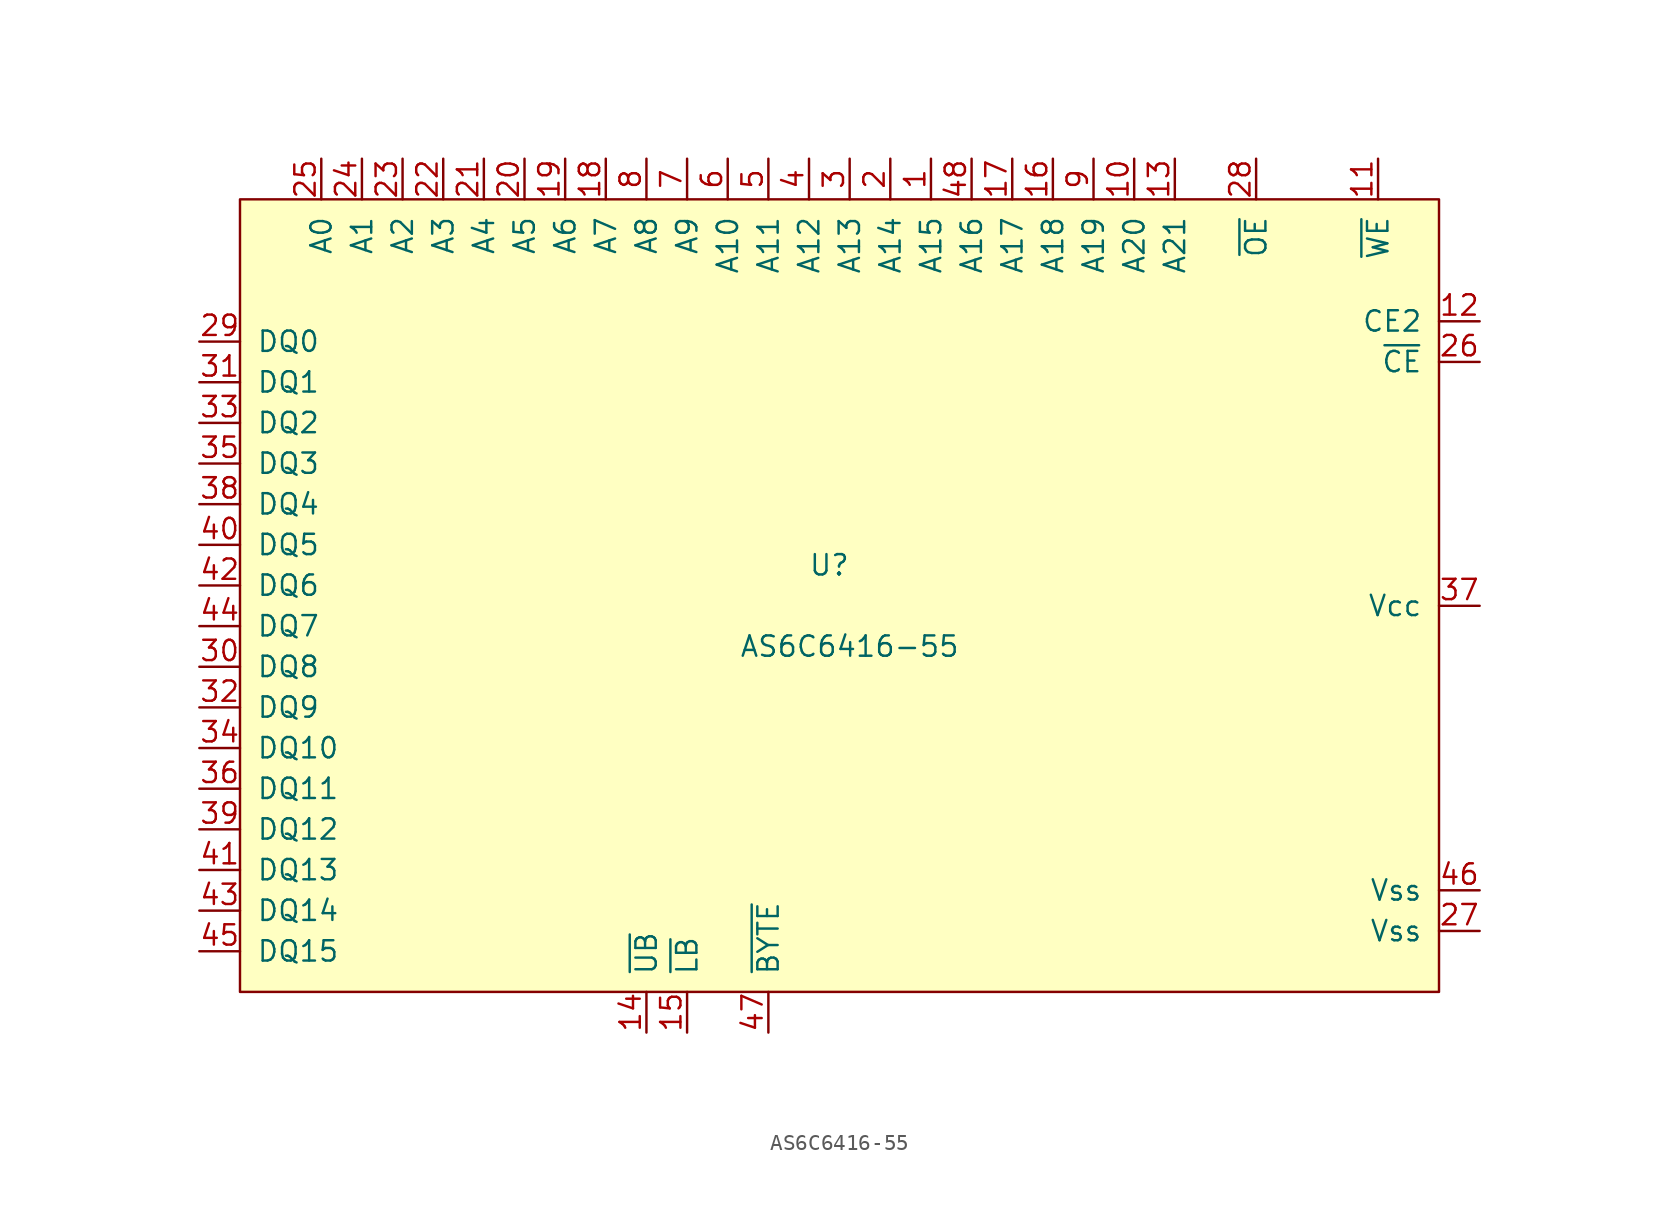
<source format=kicad_sym>
(kicad_symbol_lib
  (version 20231120)
  (generator "kicad_symbol_editor")
  (generator_version "8.0")
  (symbol "AS6C6416-55"
    (pin_names
      (offset 1.016))
    (property "Reference" "U"
      (at -1.27 0 0)
      (effects (font (size 1.27 1.27))))
    (property "Value" "AS6C6416-55"
      (at 0 -5.08 0)
      (effects (font (size 1.27 1.27))))
    (symbol "AS6C6416-55_0_1"
      (rectangle (start -38.1 22.86) (end 36.83 -26.67) (stroke (width 0) (type solid)) (fill (type background))))
    (symbol "AS6C6416-55_1_1"
      (pin input line (at 5.08 25.4 270) (length 2.54) (name "A15" (effects (font (size 1.27 1.27)))) (number "1" (effects (font (size 1.27 1.27)))))
      (pin input line (at 17.78 25.4 270) (length 2.54) (name "A20" (effects (font (size 1.27 1.27)))) (number "10" (effects (font (size 1.27 1.27)))))
      (pin input line (at 33.02 25.4 270) (length 2.54) (name "~{WE}" (effects (font (size 1.27 1.27)))) (number "11" (effects (font (size 1.27 1.27)))))
      (pin input line (at 39.37 15.24 180) (length 2.54) (name "CE2" (effects (font (size 1.27 1.27)))) (number "12" (effects (font (size 1.27 1.27)))))
      (pin input line (at 20.32 25.4 270) (length 2.54) (name "A21" (effects (font (size 1.27 1.27)))) (number "13" (effects (font (size 1.27 1.27)))))
      (pin input line (at -12.7 -29.21 90) (length 2.54) (name "~{UB}" (effects (font (size 1.27 1.27)))) (number "14" (effects (font (size 1.27 1.27)))))
      (pin input line (at -10.16 -29.21 90) (length 2.54) (name "~{LB}" (effects (font (size 1.27 1.27)))) (number "15" (effects (font (size 1.27 1.27)))))
      (pin input line (at 12.7 25.4 270) (length 2.54) (name "A18" (effects (font (size 1.27 1.27)))) (number "16" (effects (font (size 1.27 1.27)))))
      (pin input line (at 10.16 25.4 270) (length 2.54) (name "A17" (effects (font (size 1.27 1.27)))) (number "17" (effects (font (size 1.27 1.27)))))
      (pin input line (at -15.24 25.4 270) (length 2.54) (name "A7" (effects (font (size 1.27 1.27)))) (number "18" (effects (font (size 1.27 1.27)))))
      (pin input line (at -17.78 25.4 270) (length 2.54) (name "A6" (effects (font (size 1.27 1.27)))) (number "19" (effects (font (size 1.27 1.27)))))
      (pin input line (at 2.54 25.4 270) (length 2.54) (name "A14" (effects (font (size 1.27 1.27)))) (number "2" (effects (font (size 1.27 1.27)))))
      (pin input line (at -20.32 25.4 270) (length 2.54) (name "A5" (effects (font (size 1.27 1.27)))) (number "20" (effects (font (size 1.27 1.27)))))
      (pin input line (at -22.86 25.4 270) (length 2.54) (name "A4" (effects (font (size 1.27 1.27)))) (number "21" (effects (font (size 1.27 1.27)))))
      (pin input line (at -25.4 25.4 270) (length 2.54) (name "A3" (effects (font (size 1.27 1.27)))) (number "22" (effects (font (size 1.27 1.27)))))
      (pin input line (at -27.94 25.4 270) (length 2.54) (name "A2" (effects (font (size 1.27 1.27)))) (number "23" (effects (font (size 1.27 1.27)))))
      (pin input line (at -30.48 25.4 270) (length 2.54) (name "A1" (effects (font (size 1.27 1.27)))) (number "24" (effects (font (size 1.27 1.27)))))
      (pin input line (at -33.02 25.4 270) (length 2.54) (name "A0" (effects (font (size 1.27 1.27)))) (number "25" (effects (font (size 1.27 1.27)))))
      (pin input line (at 39.37 12.7 180) (length 2.54) (name "~{CE}" (effects (font (size 1.27 1.27)))) (number "26" (effects (font (size 1.27 1.27)))))
      (pin power_in line (at 39.37 -22.86 180) (length 2.54) (name "Vss" (effects (font (size 1.27 1.27)))) (number "27" (effects (font (size 1.27 1.27)))))
      (pin input line (at 25.4 25.4 270) (length 2.54) (name "~{OE}" (effects (font (size 1.27 1.27)))) (number "28" (effects (font (size 1.27 1.27)))))
      (pin bidirectional line (at -40.64 13.97 0) (length 2.54) (name "DQ0" (effects (font (size 1.27 1.27)))) (number "29" (effects (font (size 1.27 1.27)))))
      (pin input line (at 0 25.4 270) (length 2.54) (name "A13" (effects (font (size 1.27 1.27)))) (number "3" (effects (font (size 1.27 1.27)))))
      (pin bidirectional line (at -40.64 -6.35 0) (length 2.54) (name "DQ8" (effects (font (size 1.27 1.27)))) (number "30" (effects (font (size 1.27 1.27)))))
      (pin bidirectional line (at -40.64 11.43 0) (length 2.54) (name "DQ1" (effects (font (size 1.27 1.27)))) (number "31" (effects (font (size 1.27 1.27)))))
      (pin bidirectional line (at -40.64 -8.89 0) (length 2.54) (name "DQ9" (effects (font (size 1.27 1.27)))) (number "32" (effects (font (size 1.27 1.27)))))
      (pin bidirectional line (at -40.64 8.89 0) (length 2.54) (name "DQ2" (effects (font (size 1.27 1.27)))) (number "33" (effects (font (size 1.27 1.27)))))
      (pin bidirectional line (at -40.64 -11.43 0) (length 2.54) (name "DQ10" (effects (font (size 1.27 1.27)))) (number "34" (effects (font (size 1.27 1.27)))))
      (pin bidirectional line (at -40.64 6.35 0) (length 2.54) (name "DQ3" (effects (font (size 1.27 1.27)))) (number "35" (effects (font (size 1.27 1.27)))))
      (pin bidirectional line (at -40.64 -13.97 0) (length 2.54) (name "DQ11" (effects (font (size 1.27 1.27)))) (number "36" (effects (font (size 1.27 1.27)))))
      (pin power_in line (at 39.37 -2.54 180) (length 2.54) (name "Vcc" (effects (font (size 1.27 1.27)))) (number "37" (effects (font (size 1.27 1.27)))))
      (pin bidirectional line (at -40.64 3.81 0) (length 2.54) (name "DQ4" (effects (font (size 1.27 1.27)))) (number "38" (effects (font (size 1.27 1.27)))))
      (pin bidirectional line (at -40.64 -16.51 0) (length 2.54) (name "DQ12" (effects (font (size 1.27 1.27)))) (number "39" (effects (font (size 1.27 1.27)))))
      (pin input line (at -2.54 25.4 270) (length 2.54) (name "A12" (effects (font (size 1.27 1.27)))) (number "4" (effects (font (size 1.27 1.27)))))
      (pin bidirectional line (at -40.64 1.27 0) (length 2.54) (name "DQ5" (effects (font (size 1.27 1.27)))) (number "40" (effects (font (size 1.27 1.27)))))
      (pin bidirectional line (at -40.64 -19.05 0) (length 2.54) (name "DQ13" (effects (font (size 1.27 1.27)))) (number "41" (effects (font (size 1.27 1.27)))))
      (pin bidirectional line (at -40.64 -1.27 0) (length 2.54) (name "DQ6" (effects (font (size 1.27 1.27)))) (number "42" (effects (font (size 1.27 1.27)))))
      (pin bidirectional line (at -40.64 -21.59 0) (length 2.54) (name "DQ14" (effects (font (size 1.27 1.27)))) (number "43" (effects (font (size 1.27 1.27)))))
      (pin bidirectional line (at -40.64 -3.81 0) (length 2.54) (name "DQ7" (effects (font (size 1.27 1.27)))) (number "44" (effects (font (size 1.27 1.27)))))
      (pin bidirectional line (at -40.64 -24.13 0) (length 2.54) (name "DQ15" (effects (font (size 1.27 1.27)))) (number "45" (effects (font (size 1.27 1.27)))))
      (pin power_in line (at 39.37 -20.32 180) (length 2.54) (name "Vss" (effects (font (size 1.27 1.27)))) (number "46" (effects (font (size 1.27 1.27)))))
      (pin input line (at -5.08 -29.21 90) (length 2.54) (name "~{BYTE}" (effects (font (size 1.27 1.27)))) (number "47" (effects (font (size 1.27 1.27)))))
      (pin input line (at 7.62 25.4 270) (length 2.54) (name "A16" (effects (font (size 1.27 1.27)))) (number "48" (effects (font (size 1.27 1.27)))))
      (pin input line (at -5.08 25.4 270) (length 2.54) (name "A11" (effects (font (size 1.27 1.27)))) (number "5" (effects (font (size 1.27 1.27)))))
      (pin input line (at -7.62 25.4 270) (length 2.54) (name "A10" (effects (font (size 1.27 1.27)))) (number "6" (effects (font (size 1.27 1.27)))))
      (pin input line (at -10.16 25.4 270) (length 2.54) (name "A9" (effects (font (size 1.27 1.27)))) (number "7" (effects (font (size 1.27 1.27)))))
      (pin input line (at -12.7 25.4 270) (length 2.54) (name "A8" (effects (font (size 1.27 1.27)))) (number "8" (effects (font (size 1.27 1.27)))))
      (pin input line (at 15.24 25.4 270) (length 2.54) (name "A19" (effects (font (size 1.27 1.27)))) (number "9" (effects (font (size 1.27 1.27))))))))
</source>
